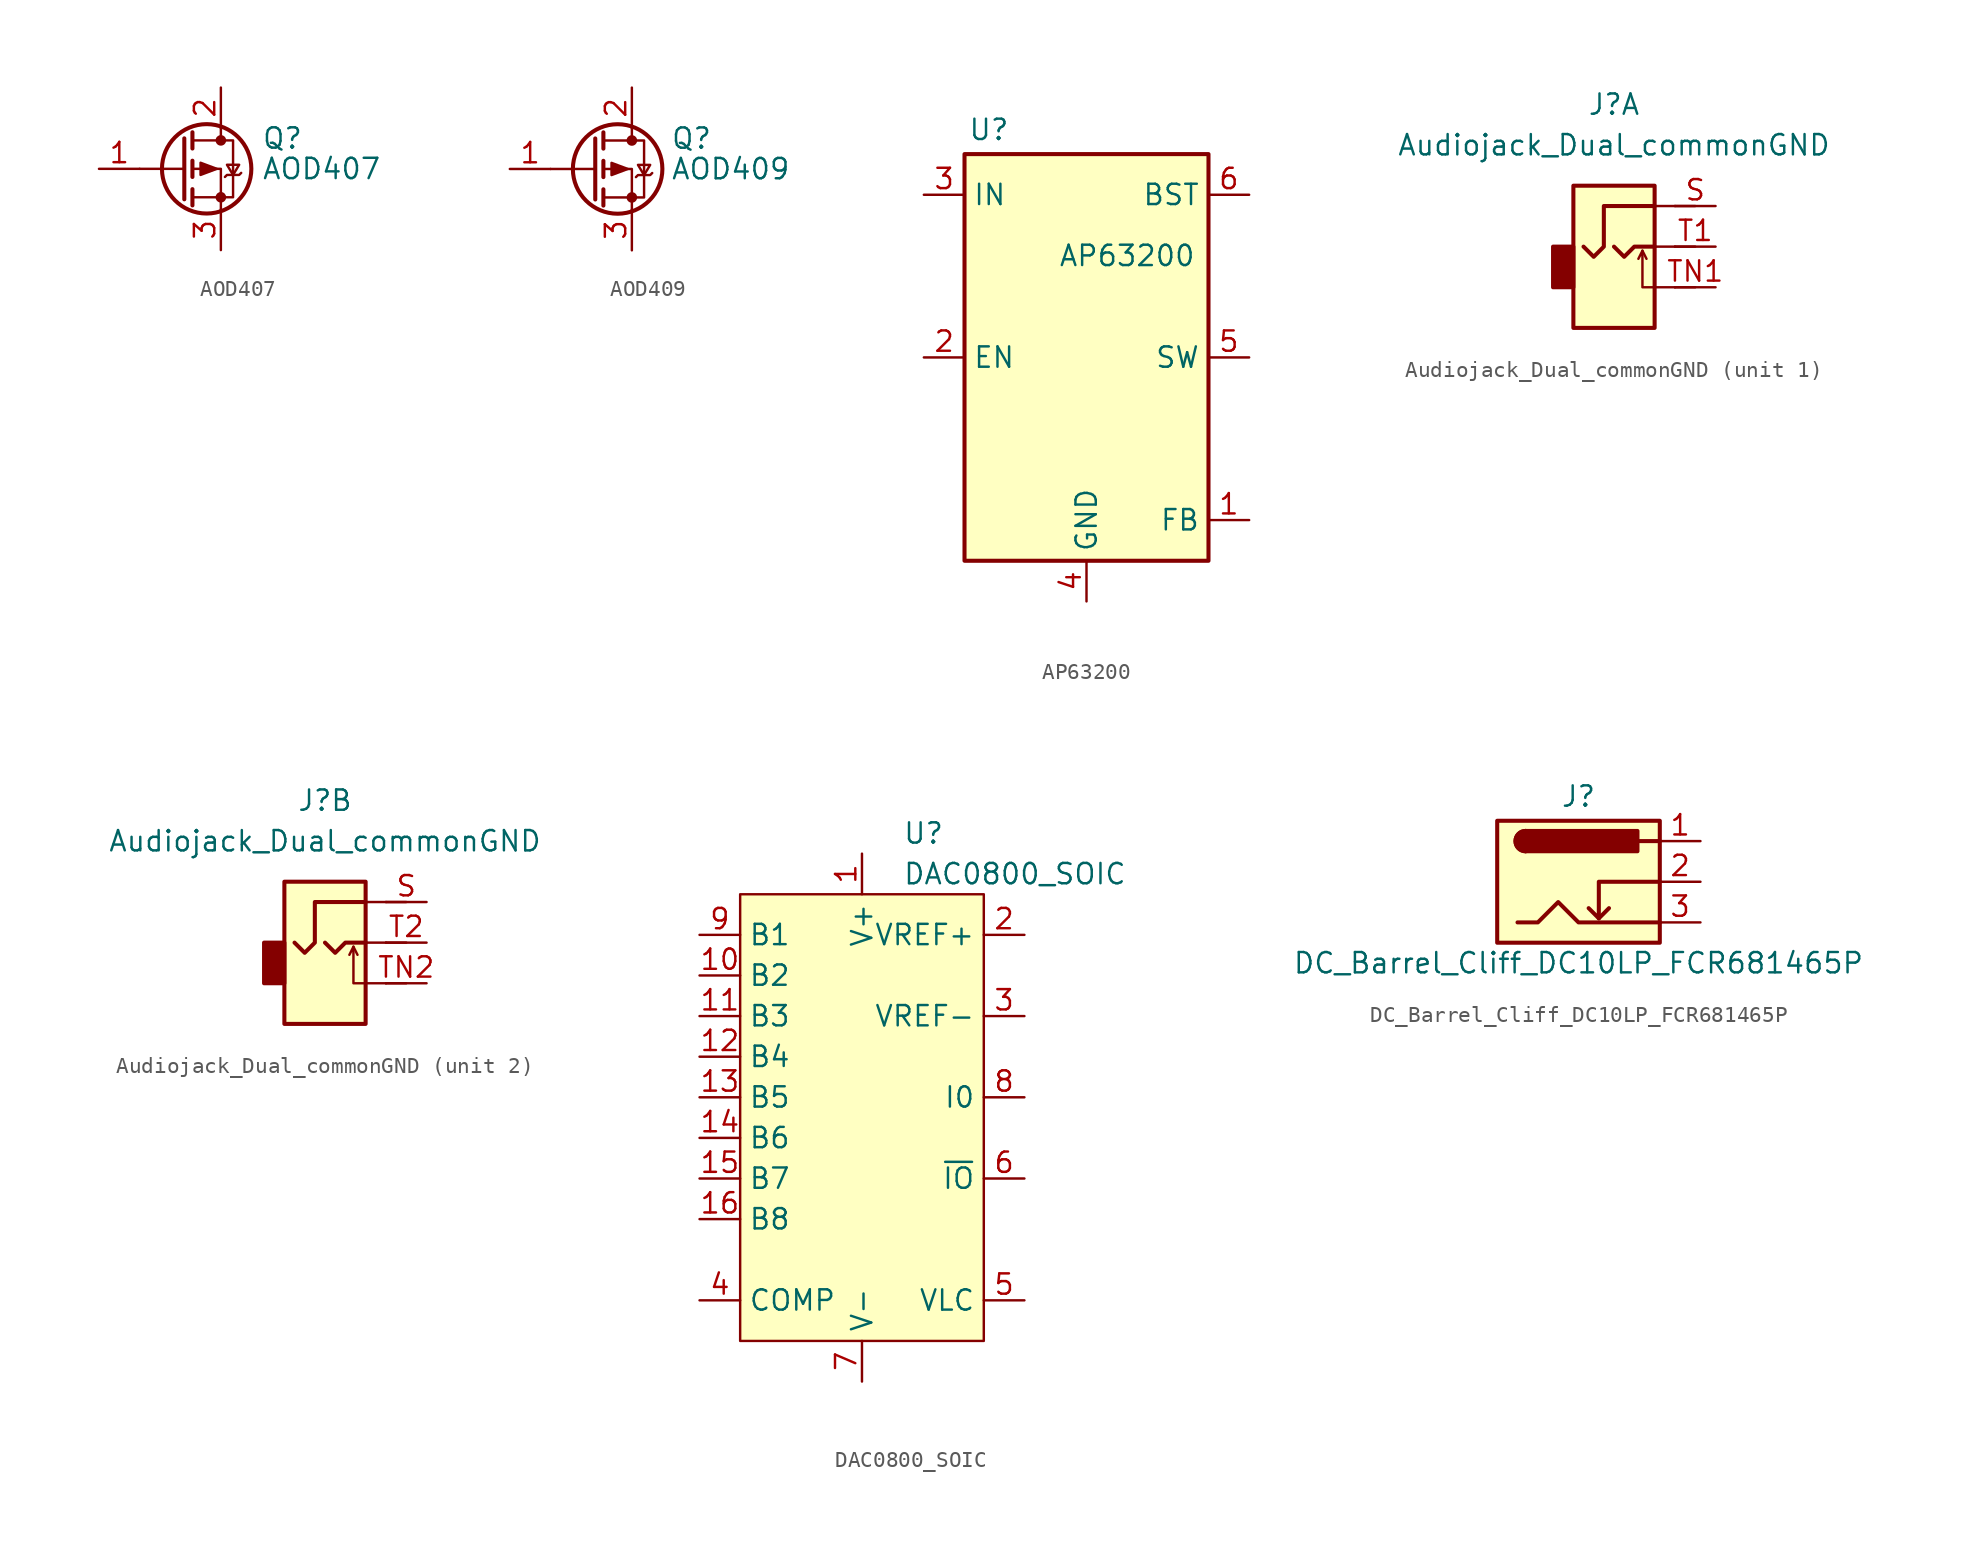
<source format=kicad_sym>
(kicad_symbol_lib
  (version 20231120)
  (generator "kicad_symbol_editor")
  (generator_version "8.0")
  (symbol "AOD407"
    (pin_names hide)
    (property "Reference" "Q"
      (at 5.08 1.905 0)
      (effects (font (size 1.27 1.27)) (justify left)))
    (property "Value" "AOD407"
      (at 5.08 0 0)
      (effects (font (size 1.27 1.27)) (justify left)))
    (symbol "AOD407_0_1"
      (polyline (pts (xy 0.254 0) (xy -2.54 0)) (stroke (width 0) (type default)) (fill (type none)))
      (polyline (pts (xy 0.254 1.905) (xy 0.254 -1.905)) (stroke (width 0.254) (type default)) (fill (type none)))
      (polyline (pts (xy 0.762 -1.27) (xy 0.762 -2.286)) (stroke (width 0.254) (type default)) (fill (type none)))
      (polyline (pts (xy 0.762 0.508) (xy 0.762 -0.508)) (stroke (width 0.254) (type default)) (fill (type none)))
      (polyline (pts (xy 0.762 2.286) (xy 0.762 1.27)) (stroke (width 0.254) (type default)) (fill (type none)))
      (polyline (pts (xy 2.54 2.54) (xy 2.54 1.778)) (stroke (width 0) (type default)) (fill (type none)))
      (polyline (pts (xy 2.54 -2.54) (xy 2.54 0) (xy 0.762 0)) (stroke (width 0) (type default)) (fill (type none)))
      (polyline (pts (xy 0.762 1.778) (xy 3.302 1.778) (xy 3.302 -1.778) (xy 0.762 -1.778)) (stroke (width 0) (type default)) (fill (type none)))
      (polyline (pts (xy 2.286 0) (xy 1.27 0.381) (xy 1.27 -0.381) (xy 2.286 0)) (stroke (width 0) (type default)) (fill (type outline)))
      (polyline (pts (xy 2.794 -0.508) (xy 2.921 -0.381) (xy 3.683 -0.381) (xy 3.81 -0.254)) (stroke (width 0) (type default)) (fill (type none)))
      (polyline (pts (xy 3.302 -0.381) (xy 2.921 0.254) (xy 3.683 0.254) (xy 3.302 -0.381)) (stroke (width 0) (type default)) (fill (type none)))
      (circle (center 1.651 0) (radius 2.794) (stroke (width 0.254) (type default)) (fill (type none)))
      (circle (center 2.54 -1.778) (radius 0.254) (stroke (width 0) (type default)) (fill (type outline)))
      (circle (center 2.54 1.778) (radius 0.254) (stroke (width 0) (type default)) (fill (type outline))))
    (symbol "AOD407_1_1"
      (pin passive line (at -5.08 0 0) (length 2.54) (name "G" (effects (font (size 1.27 1.27)))) (number "1" (effects (font (size 1.27 1.27)))))
      (pin passive line (at 2.54 5.08 270) (length 2.54) (name "D" (effects (font (size 1.27 1.27)))) (number "2" (effects (font (size 1.27 1.27)))))
      (pin passive line (at 2.54 -5.08 90) (length 2.54) (name "S" (effects (font (size 1.27 1.27)))) (number "3" (effects (font (size 1.27 1.27)))))))
  (symbol "AOD409"
    (pin_names hide)
    (property "Reference" "Q"
      (at 4.953 1.905 0)
      (effects (font (size 1.27 1.27)) (justify left)))
    (property "Value" "AOD409"
      (at 4.953 0 0)
      (effects (font (size 1.27 1.27)) (justify left)))
    (symbol "AOD409_0_1"
      (polyline (pts (xy 0.254 0) (xy -2.54 0)) (stroke (width 0) (type default)) (fill (type none)))
      (polyline (pts (xy 0.254 1.905) (xy 0.254 -1.905)) (stroke (width 0.254) (type default)) (fill (type none)))
      (polyline (pts (xy 0.762 -1.27) (xy 0.762 -2.286)) (stroke (width 0.254) (type default)) (fill (type none)))
      (polyline (pts (xy 0.762 0.508) (xy 0.762 -0.508)) (stroke (width 0.254) (type default)) (fill (type none)))
      (polyline (pts (xy 0.762 2.286) (xy 0.762 1.27)) (stroke (width 0.254) (type default)) (fill (type none)))
      (polyline (pts (xy 2.54 2.54) (xy 2.54 1.778)) (stroke (width 0) (type default)) (fill (type none)))
      (polyline (pts (xy 2.54 -2.54) (xy 2.54 0) (xy 0.762 0)) (stroke (width 0) (type default)) (fill (type none)))
      (polyline (pts (xy 0.762 1.778) (xy 3.302 1.778) (xy 3.302 -1.778) (xy 0.762 -1.778)) (stroke (width 0) (type default)) (fill (type none)))
      (polyline (pts (xy 2.286 0) (xy 1.27 0.381) (xy 1.27 -0.381) (xy 2.286 0)) (stroke (width 0) (type default)) (fill (type outline)))
      (polyline (pts (xy 2.794 -0.508) (xy 2.921 -0.381) (xy 3.683 -0.381) (xy 3.81 -0.254)) (stroke (width 0) (type default)) (fill (type none)))
      (polyline (pts (xy 3.302 -0.381) (xy 2.921 0.254) (xy 3.683 0.254) (xy 3.302 -0.381)) (stroke (width 0) (type default)) (fill (type none)))
      (circle (center 1.651 0) (radius 2.794) (stroke (width 0.254) (type default)) (fill (type none)))
      (circle (center 2.54 -1.778) (radius 0.254) (stroke (width 0) (type default)) (fill (type outline)))
      (circle (center 2.54 1.778) (radius 0.254) (stroke (width 0) (type default)) (fill (type outline))))
    (symbol "AOD409_1_1"
      (pin input line (at -5.08 0 0) (length 2.54) (name "G" (effects (font (size 1.27 1.27)))) (number "1" (effects (font (size 1.27 1.27)))))
      (pin passive line (at 2.54 5.08 270) (length 2.54) (name "D" (effects (font (size 1.27 1.27)))) (number "2" (effects (font (size 1.27 1.27)))))
      (pin passive line (at 2.54 -5.08 90) (length 2.54) (name "S" (effects (font (size 1.27 1.27)))) (number "3" (effects (font (size 1.27 1.27)))))))
  (symbol "AP63200"
    (property "Reference" "U"
      (at -6.096 14.224 0)
      (effects (font (size 1.27 1.27))))
    (property "Value" "AP63200"
      (at 2.54 6.35 0)
      (effects (font (size 1.27 1.27))))
    (symbol "AP63200_0_1"
      (rectangle (start -7.62 12.7) (end 7.62 -12.7) (stroke (width 0.254) (type default)) (fill (type background))))
    (symbol "AP63200_1_1"
      (pin input line (at 10.16 -10.16 180) (length 2.54) (name "FB" (effects (font (size 1.27 1.27)))) (number "1" (effects (font (size 1.27 1.27)))))
      (pin input line (at -10.16 0 0) (length 2.54) (name "EN" (effects (font (size 1.27 1.27)))) (number "2" (effects (font (size 1.27 1.27)))))
      (pin power_in line (at -10.16 10.16 0) (length 2.54) (name "IN" (effects (font (size 1.27 1.27)))) (number "3" (effects (font (size 1.27 1.27)))))
      (pin power_in line (at 0 -15.24 90) (length 2.54) (name "GND" (effects (font (size 1.27 1.27)))) (number "4" (effects (font (size 1.27 1.27)))))
      (pin output line (at 10.16 0 180) (length 2.54) (name "SW" (effects (font (size 1.27 1.27)))) (number "5" (effects (font (size 1.27 1.27)))))
      (pin passive line (at 10.16 10.16 180) (length 2.54) (name "BST" (effects (font (size 1.27 1.27)))) (number "6" (effects (font (size 1.27 1.27)))))))
  (symbol "Audiojack_Dual_commonGND"
    (property "Reference" "J"
      (at 0 8.89 0)
      (effects (font (size 1.27 1.27))))
    (property "Value" "Audiojack_Dual_commonGND"
      (at 0 6.35 0)
      (effects (font (size 1.27 1.27))))
    (symbol "Audiojack_Dual_commonGND_0_1"
      (rectangle (start -2.54 0) (end -3.81 -2.54) (stroke (width 0.254) (type default)) (fill (type outline)))
      (polyline (pts (xy 1.778 -0.254) (xy 2.032 -0.762)) (stroke (width 0) (type default)) (fill (type none)))
      (polyline (pts (xy 3.81 -2.54) (xy 2.54 -2.54)) (stroke (width 0) (type default)) (fill (type none)))
      (polyline (pts (xy 3.81 0) (xy 2.54 0)) (stroke (width 0) (type default)) (fill (type none)))
      (polyline (pts (xy 3.81 2.54) (xy 2.54 2.54)) (stroke (width 0) (type default)) (fill (type none)))
      (polyline (pts (xy 5.08 -2.54) (xy 3.81 -2.54)) (stroke (width 0) (type default)) (fill (type none)))
      (polyline (pts (xy 5.08 0) (xy 3.81 0)) (stroke (width 0) (type default)) (fill (type none)))
      (polyline (pts (xy 5.08 2.54) (xy 3.81 2.54)) (stroke (width 0) (type default)) (fill (type none)))
      (polyline (pts (xy 0 0) (xy 0.635 -0.635) (xy 1.27 0) (xy 2.54 0)) (stroke (width 0.254) (type default)) (fill (type none)))
      (polyline (pts (xy 2.54 -2.54) (xy 1.778 -2.54) (xy 1.778 -0.254) (xy 1.524 -0.762)) (stroke (width 0) (type default)) (fill (type none)))
      (polyline (pts (xy 2.54 2.54) (xy -0.635 2.54) (xy -0.635 0) (xy -1.27 -0.635) (xy -1.905 0)) (stroke (width 0.254) (type default)) (fill (type none)))
      (rectangle (start 2.54 3.81) (end -2.54 -5.08) (stroke (width 0.254) (type default)) (fill (type background))))
    (symbol "Audiojack_Dual_commonGND_1_1"
      (pin passive line (at 6.35 2.54 180) (length 2.54) (name "~" (effects (font (size 1.27 1.27)))) (number "S" (effects (font (size 1.27 1.27)))))
      (pin passive line (at 6.35 0 180) (length 2.54) (name "~" (effects (font (size 1.27 1.27)))) (number "T1" (effects (font (size 1.27 1.27)))))
      (pin passive line (at 6.35 -2.54 180) (length 2.54) (name "~" (effects (font (size 1.27 1.27)))) (number "TN1" (effects (font (size 1.27 1.27))))))
    (symbol "Audiojack_Dual_commonGND_2_1"
      (pin passive line (at 6.35 2.54 180) (length 2.54) (name "~" (effects (font (size 1.27 1.27)))) (number "S" (effects (font (size 1.27 1.27)))))
      (pin passive line (at 6.35 0 180) (length 2.54) (name "~" (effects (font (size 1.27 1.27)))) (number "T2" (effects (font (size 1.27 1.27)))))
      (pin passive line (at 6.35 -2.54 180) (length 2.54) (name "~" (effects (font (size 1.27 1.27)))) (number "TN2" (effects (font (size 1.27 1.27)))))))
  (symbol "DAC0800_SOIC"
    (property "Reference" "U"
      (at 2.54 16.51 0)
      (effects (font (size 1.27 1.27)) (justify left)))
    (property "Value" "DAC0800_SOIC"
      (at 2.54 13.97 0)
      (effects (font (size 1.27 1.27)) (justify left)))
    (symbol "DAC0800_SOIC_0_1"
      (rectangle (start -7.62 12.7) (end 7.62 -15.24) (stroke (width 0) (type default)) (fill (type background))))
    (symbol "DAC0800_SOIC_1_1"
      (pin power_in line (at 0 15.24 270) (length 2.54) (name "V+" (effects (font (size 1.27 1.27)))) (number "1" (effects (font (size 1.27 1.27)))))
      (pin input line (at -10.16 7.62 0) (length 2.54) (name "B2" (effects (font (size 1.27 1.27)))) (number "10" (effects (font (size 1.27 1.27)))))
      (pin input line (at -10.16 5.08 0) (length 2.54) (name "B3" (effects (font (size 1.27 1.27)))) (number "11" (effects (font (size 1.27 1.27)))))
      (pin input line (at -10.16 2.54 0) (length 2.54) (name "B4" (effects (font (size 1.27 1.27)))) (number "12" (effects (font (size 1.27 1.27)))))
      (pin input line (at -10.16 0 0) (length 2.54) (name "B5" (effects (font (size 1.27 1.27)))) (number "13" (effects (font (size 1.27 1.27)))))
      (pin input line (at -10.16 -2.54 0) (length 2.54) (name "B6" (effects (font (size 1.27 1.27)))) (number "14" (effects (font (size 1.27 1.27)))))
      (pin input line (at -10.16 -5.08 0) (length 2.54) (name "B7" (effects (font (size 1.27 1.27)))) (number "15" (effects (font (size 1.27 1.27)))))
      (pin input line (at -10.16 -7.62 0) (length 2.54) (name "B8" (effects (font (size 1.27 1.27)))) (number "16" (effects (font (size 1.27 1.27)))))
      (pin output line (at 10.16 10.16 180) (length 2.54) (name "VREF+" (effects (font (size 1.27 1.27)))) (number "2" (effects (font (size 1.27 1.27)))))
      (pin output line (at 10.16 5.08 180) (length 2.54) (name "VREF-" (effects (font (size 1.27 1.27)))) (number "3" (effects (font (size 1.27 1.27)))))
      (pin passive line (at -10.16 -12.7 0) (length 2.54) (name "COMP" (effects (font (size 1.27 1.27)))) (number "4" (effects (font (size 1.27 1.27)))))
      (pin input line (at 10.16 -12.7 180) (length 2.54) (name "VLC" (effects (font (size 1.27 1.27)))) (number "5" (effects (font (size 1.27 1.27)))))
      (pin input line (at 10.16 -5.08 180) (length 2.54) (name "~{IO}" (effects (font (size 1.27 1.27)))) (number "6" (effects (font (size 1.27 1.27)))))
      (pin power_in line (at 0 -17.78 90) (length 2.54) (name "V-" (effects (font (size 1.27 1.27)))) (number "7" (effects (font (size 1.27 1.27)))))
      (pin input line (at 10.16 0 180) (length 2.54) (name "I0" (effects (font (size 1.27 1.27)))) (number "8" (effects (font (size 1.27 1.27)))))
      (pin input line (at -10.16 10.16 0) (length 2.54) (name "B1" (effects (font (size 1.27 1.27)))) (number "9" (effects (font (size 1.27 1.27)))))))
  (symbol "DC_Barrel_Cliff_DC10LP_FCR681465P"
    (pin_names hide)
    (property "Reference" "J"
      (at 0 5.334 0)
      (effects (font (size 1.27 1.27))))
    (property "Value" "DC_Barrel_Cliff_DC10LP_FCR681465P"
      (at 0 -5.08 0)
      (effects (font (size 1.27 1.27))))
    (symbol "DC_Barrel_Cliff_DC10LP_FCR681465P_0_1"
      (rectangle (start -5.08 3.81) (end 5.08 -3.81) (stroke (width 0.254) (type default)) (fill (type background)))
      (arc (start -3.302 3.175) (mid -3.9342 2.54) (end -3.302 1.905) (stroke (width 0.254) (type default)) (fill (type none)))
      (arc (start -3.302 3.175) (mid -3.9342 2.54) (end -3.302 1.905) (stroke (width 0.254) (type default)) (fill (type outline)))
      (polyline (pts (xy 1.27 -2.286) (xy 1.905 -1.651)) (stroke (width 0.254) (type default)) (fill (type none)))
      (polyline (pts (xy 5.08 2.54) (xy 3.81 2.54)) (stroke (width 0.254) (type default)) (fill (type none)))
      (polyline (pts (xy 5.08 0) (xy 1.27 0) (xy 1.27 -2.286) (xy 0.635 -1.651)) (stroke (width 0.254) (type default)) (fill (type none)))
      (polyline (pts (xy -3.81 -2.54) (xy -2.54 -2.54) (xy -1.27 -1.27) (xy 0 -2.54) (xy 2.54 -2.54) (xy 5.08 -2.54)) (stroke (width 0.254) (type default)) (fill (type none)))
      (rectangle (start 3.683 3.175) (end -3.302 1.905) (stroke (width 0.254) (type default)) (fill (type outline))))
    (symbol "DC_Barrel_Cliff_DC10LP_FCR681465P_1_1"
      (pin passive line (at 7.62 2.54 180) (length 2.54) (name "~" (effects (font (size 1.27 1.27)))) (number "1" (effects (font (size 1.27 1.27)))))
      (pin passive line (at 7.62 0 180) (length 2.54) (name "~" (effects (font (size 1.27 1.27)))) (number "2" (effects (font (size 1.27 1.27)))))
      (pin passive line (at 7.62 -2.54 180) (length 2.54) (name "~" (effects (font (size 1.27 1.27)))) (number "3" (effects (font (size 1.27 1.27))))))))
</source>
